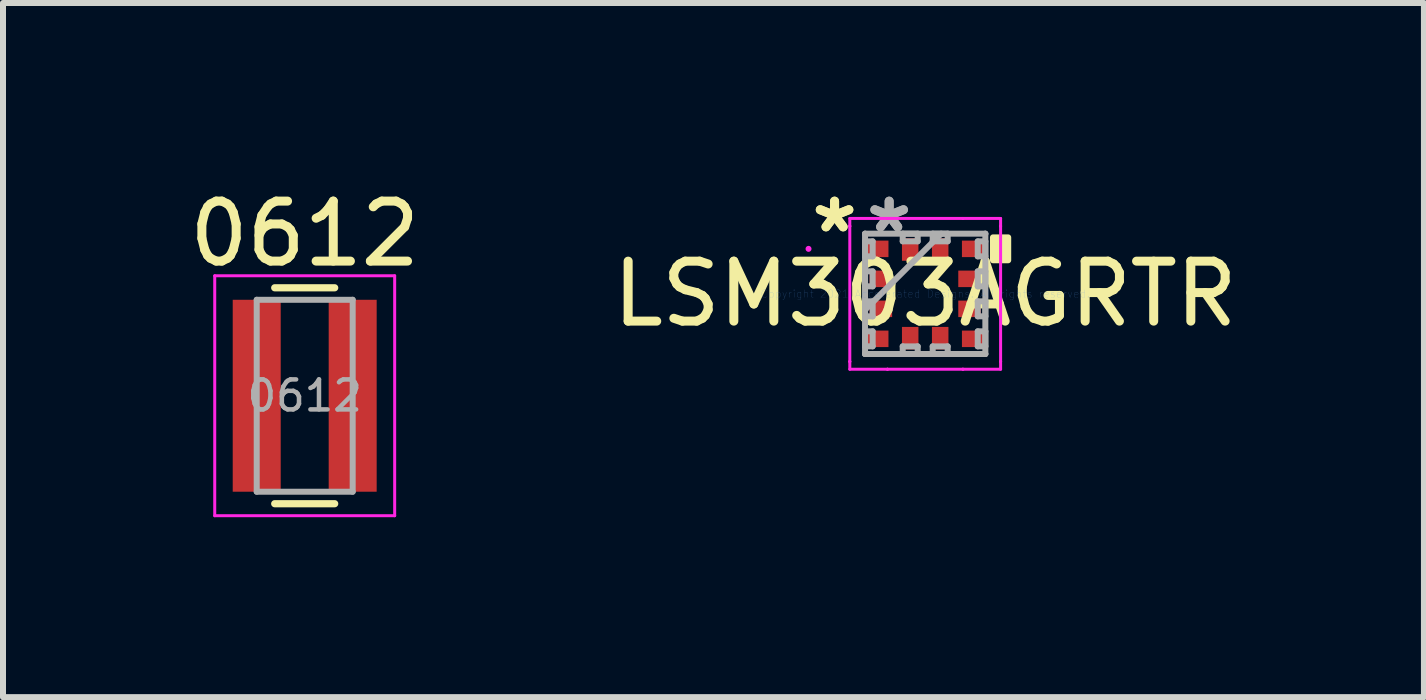
<source format=kicad_pcb>
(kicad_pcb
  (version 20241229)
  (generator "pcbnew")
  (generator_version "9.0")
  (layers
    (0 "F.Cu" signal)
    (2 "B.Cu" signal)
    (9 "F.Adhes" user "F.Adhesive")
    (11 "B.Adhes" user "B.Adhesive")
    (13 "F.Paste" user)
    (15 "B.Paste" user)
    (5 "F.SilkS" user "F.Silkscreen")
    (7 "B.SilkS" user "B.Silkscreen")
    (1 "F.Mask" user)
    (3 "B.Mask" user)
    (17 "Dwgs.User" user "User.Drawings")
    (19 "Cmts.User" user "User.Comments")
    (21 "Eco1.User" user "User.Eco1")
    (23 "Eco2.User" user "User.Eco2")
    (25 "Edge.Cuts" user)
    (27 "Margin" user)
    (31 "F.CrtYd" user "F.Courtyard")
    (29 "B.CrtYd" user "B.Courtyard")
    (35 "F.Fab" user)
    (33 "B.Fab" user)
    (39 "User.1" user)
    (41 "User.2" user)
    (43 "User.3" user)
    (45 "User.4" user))
  (footprint "LSM303AGRTR"
    (layer "F.Cu")
    (at 12.375 1.849)
    (property "Reference" "LSM303AGRTR" (at 0 0 0) (layer "F.SilkS") (effects (font (size 1 1) (thickness 0.15))))
    (attr through_hole)
    (fp_poly (pts (xy 1.384 -0.941) (xy 1.384 -0.56) (xy 1.13 -0.56) (xy 1.13 -0.941)) (stroke (width 0.1) (type solid)) (fill yes) (layer "F.SilkS"))
    (fp_line (start -1.257 -1.257) (end -0.629 -1.257) (stroke (width 0.05) (type solid)) (layer "F.CrtYd"))
    (fp_line (start -1.257 -1.129) (end -1.257 -1.257) (stroke (width 0.05) (type solid)) (layer "F.CrtYd"))
    (fp_line (start -1.257 -1.129) (end -1.257 -1.129) (stroke (width 0.05) (type solid)) (layer "F.CrtYd"))
    (fp_line (start -1.257 1.129) (end -1.257 -1.129) (stroke (width 0.05) (type solid)) (layer "F.CrtYd"))
    (fp_line (start -1.257 1.129) (end -1.257 1.129) (stroke (width 0.05) (type solid)) (layer "F.CrtYd"))
    (fp_line (start -1.257 1.257) (end -1.257 1.129) (stroke (width 0.05) (type solid)) (layer "F.CrtYd"))
    (fp_line (start -0.629 -1.257) (end -0.629 -1.257) (stroke (width 0.05) (type solid)) (layer "F.CrtYd"))
    (fp_line (start -0.629 -1.257) (end 0.629 -1.257) (stroke (width 0.05) (type solid)) (layer "F.CrtYd"))
    (fp_line (start -0.629 1.257) (end -1.257 1.257) (stroke (width 0.05) (type solid)) (layer "F.CrtYd"))
    (fp_line (start -0.629 1.257) (end -0.629 1.257) (stroke (width 0.05) (type solid)) (layer "F.CrtYd"))
    (fp_line (start 0.629 -1.257) (end 0.629 -1.257) (stroke (width 0.05) (type solid)) (layer "F.CrtYd"))
    (fp_line (start 0.629 -1.257) (end 1.257 -1.257) (stroke (width 0.05) (type solid)) (layer "F.CrtYd"))
    (fp_line (start 0.629 1.257) (end -0.629 1.257) (stroke (width 0.05) (type solid)) (layer "F.CrtYd"))
    (fp_line (start 0.629 1.257) (end 0.629 1.257) (stroke (width 0.05) (type solid)) (layer "F.CrtYd"))
    (fp_line (start 1.257 -1.257) (end 1.257 -1.129) (stroke (width 0.05) (type solid)) (layer "F.CrtYd"))
    (fp_line (start 1.257 -1.129) (end 1.257 -1.129) (stroke (width 0.05) (type solid)) (layer "F.CrtYd"))
    (fp_line (start 1.257 -1.129) (end 1.257 1.129) (stroke (width 0.05) (type solid)) (layer "F.CrtYd"))
    (fp_line (start 1.257 1.129) (end 1.257 1.129) (stroke (width 0.05) (type solid)) (layer "F.CrtYd"))
    (fp_line (start 1.257 1.129) (end 1.257 1.257) (stroke (width 0.05) (type solid)) (layer "F.CrtYd"))
    (fp_line (start 1.257 1.257) (end 0.629 1.257) (stroke (width 0.05) (type solid)) (layer "F.CrtYd"))
    (fp_circle (center -1.945 -0.75) (end -1.945 -0.75) (stroke (width 0.05) (type solid)) (fill no) (layer "F.CrtYd"))
    (fp_line (start -1.003 -1.003) (end -1.003 -1.003) (stroke (width 0.1) (type solid)) (layer "F.Fab"))
    (fp_line (start -1.003 -1.003) (end -1.003 1.003) (stroke (width 0.1) (type solid)) (layer "F.Fab"))
    (fp_line (start -1.003 -0.875) (end -0.876 -0.875) (stroke (width 0.1) (type solid)) (layer "F.Fab"))
    (fp_line (start -1.003 -0.625) (end -1.003 -0.875) (stroke (width 0.1) (type solid)) (layer "F.Fab"))
    (fp_line (start -1.003 -0.375) (end -0.876 -0.375) (stroke (width 0.1) (type solid)) (layer "F.Fab"))
    (fp_line (start -1.003 -0.125) (end -1.003 -0.375) (stroke (width 0.1) (type solid)) (layer "F.Fab"))
    (fp_line (start -1.003 0.125) (end -0.876 0.125) (stroke (width 0.1) (type solid)) (layer "F.Fab"))
    (fp_line (start -1.003 0.267) (end 0.267 -1.003) (stroke (width 0.1) (type solid)) (layer "F.Fab"))
    (fp_line (start -1.003 0.375) (end -1.003 0.125) (stroke (width 0.1) (type solid)) (layer "F.Fab"))
    (fp_line (start -1.003 0.625) (end -0.876 0.625) (stroke (width 0.1) (type solid)) (layer "F.Fab"))
    (fp_line (start -1.003 0.875) (end -1.003 0.625) (stroke (width 0.1) (type solid)) (layer "F.Fab"))
    (fp_line (start -1.003 1.003) (end -1.003 1.003) (stroke (width 0.1) (type solid)) (layer "F.Fab"))
    (fp_line (start -1.003 1.003) (end 1.003 1.003) (stroke (width 0.1) (type solid)) (layer "F.Fab"))
    (fp_line (start -0.876 -0.875) (end -0.876 -0.625) (stroke (width 0.1) (type solid)) (layer "F.Fab"))
    (fp_line (start -0.876 -0.625) (end -1.003 -0.625) (stroke (width 0.1) (type solid)) (layer "F.Fab"))
    (fp_line (start -0.876 -0.375) (end -0.876 -0.125) (stroke (width 0.1) (type solid)) (layer "F.Fab"))
    (fp_line (start -0.876 -0.125) (end -1.003 -0.125) (stroke (width 0.1) (type solid)) (layer "F.Fab"))
    (fp_line (start -0.876 0.125) (end -0.876 0.375) (stroke (width 0.1) (type solid)) (layer "F.Fab"))
    (fp_line (start -0.876 0.375) (end -1.003 0.375) (stroke (width 0.1) (type solid)) (layer "F.Fab"))
    (fp_line (start -0.876 0.625) (end -0.876 0.875) (stroke (width 0.1) (type solid)) (layer "F.Fab"))
    (fp_line (start -0.876 0.875) (end -1.003 0.875) (stroke (width 0.1) (type solid)) (layer "F.Fab"))
    (fp_line (start -0.375 -1.003) (end -0.125 -1.003) (stroke (width 0.1) (type solid)) (layer "F.Fab"))
    (fp_line (start -0.375 -0.876) (end -0.375 -1.003) (stroke (width 0.1) (type solid)) (layer "F.Fab"))
    (fp_line (start -0.375 0.876) (end -0.125 0.876) (stroke (width 0.1) (type solid)) (layer "F.Fab"))
    (fp_line (start -0.375 1.003) (end -0.375 0.876) (stroke (width 0.1) (type solid)) (layer "F.Fab"))
    (fp_line (start -0.125 -1.003) (end -0.125 -0.876) (stroke (width 0.1) (type solid)) (layer "F.Fab"))
    (fp_line (start -0.125 -0.876) (end -0.375 -0.876) (stroke (width 0.1) (type solid)) (layer "F.Fab"))
    (fp_line (start -0.125 0.876) (end -0.125 1.003) (stroke (width 0.1) (type solid)) (layer "F.Fab"))
    (fp_line (start -0.125 1.003) (end -0.375 1.003) (stroke (width 0.1) (type solid)) (layer "F.Fab"))
    (fp_line (start 0.125 -1.003) (end 0.375 -1.003) (stroke (width 0.1) (type solid)) (layer "F.Fab"))
    (fp_line (start 0.125 -0.876) (end 0.125 -1.003) (stroke (width 0.1) (type solid)) (layer "F.Fab"))
    (fp_line (start 0.125 0.876) (end 0.375 0.876) (stroke (width 0.1) (type solid)) (layer "F.Fab"))
    (fp_line (start 0.125 1.003) (end 0.125 0.876) (stroke (width 0.1) (type solid)) (layer "F.Fab"))
    (fp_line (start 0.375 -1.003) (end 0.375 -0.876) (stroke (width 0.1) (type solid)) (layer "F.Fab"))
    (fp_line (start 0.375 -0.876) (end 0.125 -0.876) (stroke (width 0.1) (type solid)) (layer "F.Fab"))
    (fp_line (start 0.375 0.876) (end 0.375 1.003) (stroke (width 0.1) (type solid)) (layer "F.Fab"))
    (fp_line (start 0.375 1.003) (end 0.125 1.003) (stroke (width 0.1) (type solid)) (layer "F.Fab"))
    (fp_line (start 0.876 -0.875) (end 1.003 -0.875) (stroke (width 0.1) (type solid)) (layer "F.Fab"))
    (fp_line (start 0.876 -0.625) (end 0.876 -0.875) (stroke (width 0.1) (type solid)) (layer "F.Fab"))
    (fp_line (start 0.876 -0.375) (end 1.003 -0.375) (stroke (width 0.1) (type solid)) (layer "F.Fab"))
    (fp_line (start 0.876 -0.125) (end 0.876 -0.375) (stroke (width 0.1) (type solid)) (layer "F.Fab"))
    (fp_line (start 0.876 0.125) (end 1.003 0.125) (stroke (width 0.1) (type solid)) (layer "F.Fab"))
    (fp_line (start 0.876 0.375) (end 0.876 0.125) (stroke (width 0.1) (type solid)) (layer "F.Fab"))
    (fp_line (start 0.876 0.625) (end 1.003 0.625) (stroke (width 0.1) (type solid)) (layer "F.Fab"))
    (fp_line (start 0.876 0.875) (end 0.876 0.625) (stroke (width 0.1) (type solid)) (layer "F.Fab"))
    (fp_line (start 1.003 -1.003) (end -1.003 -1.003) (stroke (width 0.1) (type solid)) (layer "F.Fab"))
    (fp_line (start 1.003 -1.003) (end 1.003 -1.003) (stroke (width 0.1) (type solid)) (layer "F.Fab"))
    (fp_line (start 1.003 -0.875) (end 1.003 -0.625) (stroke (width 0.1) (type solid)) (layer "F.Fab"))
    (fp_line (start 1.003 -0.625) (end 0.876 -0.625) (stroke (width 0.1) (type solid)) (layer "F.Fab"))
    (fp_line (start 1.003 -0.375) (end 1.003 -0.125) (stroke (width 0.1) (type solid)) (layer "F.Fab"))
    (fp_line (start 1.003 -0.125) (end 0.876 -0.125) (stroke (width 0.1) (type solid)) (layer "F.Fab"))
    (fp_line (start 1.003 0.125) (end 1.003 0.375) (stroke (width 0.1) (type solid)) (layer "F.Fab"))
    (fp_line (start 1.003 0.375) (end 0.876 0.375) (stroke (width 0.1) (type solid)) (layer "F.Fab"))
    (fp_line (start 1.003 0.625) (end 1.003 0.875) (stroke (width 0.1) (type solid)) (layer "F.Fab"))
    (fp_line (start 1.003 0.875) (end 0.876 0.875) (stroke (width 0.1) (type solid)) (layer "F.Fab"))
    (fp_line (start 1.003 1.003) (end 1.003 -1.003) (stroke (width 0.1) (type solid)) (layer "F.Fab"))
    (fp_line (start 1.003 1.003) (end 1.003 1.003) (stroke (width 0.1) (type solid)) (layer "F.Fab"))
    (fp_text user "*" (at -1.511 -1 0) (layer "F.SilkS") (effects (font (size 1 1) (thickness 0.15))))
    (fp_text user "*" (at -1.511 -1 0) (layer "F.SilkS") (effects (font (size 1 1) (thickness 0.15))))
    (fp_text user "Copyright 2021 Accelerated Designs. All rights reserved." (at 0 0 0) (layer "Cmts.User") (effects (font (size 0.127 0.127) (thickness 0.002))))
    (fp_text user "*" (at -0.601 -1 0) (layer "F.Fab") (effects (font (size 1 1) (thickness 0.15))))
    (fp_text user "*" (at -0.601 -1 0) (layer "F.Fab") (effects (font (size 1 1) (thickness 0.15))))
    (pad "1" smd rect (at -0.8 -0.75 90) (size 0.275 0.375) (layers "F.Cu" "F.Mask" "F.Paste"))
    (pad "2" smd rect (at -0.739 -0.25 90) (size 0.275 0.375) (layers "F.Cu" "F.Mask" "F.Paste"))
    (pad "3" smd rect (at -0.739 0.25 90) (size 0.275 0.375) (layers "F.Cu" "F.Mask" "F.Paste"))
    (pad "4" smd rect (at -0.8 0.75 90) (size 0.275 0.375) (layers "F.Cu" "F.Mask" "F.Paste"))
    (pad "5" smd rect (at -0.25 0.739) (size 0.275 0.375) (layers "F.Cu" "F.Mask" "F.Paste"))
    (pad "6" smd rect (at 0.25 0.739) (size 0.275 0.375) (layers "F.Cu" "F.Mask" "F.Paste"))
    (pad "7" smd rect (at 0.8 0.75 90) (size 0.275 0.375) (layers "F.Cu" "F.Mask" "F.Paste"))
    (pad "8" smd rect (at 0.739 0.25 90) (size 0.275 0.375) (layers "F.Cu" "F.Mask" "F.Paste"))
    (pad "9" smd rect (at 0.739 -0.25 90) (size 0.275 0.375) (layers "F.Cu" "F.Mask" "F.Paste"))
    (pad "10" smd rect (at 0.8 -0.75 90) (size 0.275 0.375) (layers "F.Cu" "F.Mask" "F.Paste"))
    (pad "11" smd rect (at 0.25 -0.739) (size 0.275 0.375) (layers "F.Cu" "F.Mask" "F.Paste"))
    (pad "12" smd rect (at -0.25 -0.739) (size 0.275 0.375) (layers "F.Cu" "F.Mask" "F.Paste")))
  (footprint "0612"
    (layer "F.Cu")
    (at 2.03 3.548)
    (property "Reference" "0612" (at 0 -2.7 0) (layer "F.SilkS") (effects (font (size 1 1) (thickness 0.15))))
    (attr smd)
    (fp_line (start -0.5 -1.8) (end 0.5 -1.8) (stroke (width 0.12) (type solid)) (layer "F.SilkS"))
    (fp_line (start 0.5 1.8) (end -0.5 1.8) (stroke (width 0.12) (type solid)) (layer "F.SilkS"))
    (fp_line (start -1.5 -2) (end -1.5 2) (stroke (width 0.05) (type solid)) (layer "F.CrtYd"))
    (fp_line (start -1.5 -2) (end 1.5 -2) (stroke (width 0.05) (type solid)) (layer "F.CrtYd"))
    (fp_line (start -1.5 2) (end 1.5 2) (stroke (width 0.05) (type solid)) (layer "F.CrtYd"))
    (fp_line (start 1.5 -2) (end 1.5 2) (stroke (width 0.05) (type solid)) (layer "F.CrtYd"))
    (fp_line (start -0.8 -1.6) (end 0.8 -1.6) (stroke (width 0.1) (type solid)) (layer "F.Fab"))
    (fp_line (start -0.8 1.6) (end -0.8 -1.6) (stroke (width 0.1) (type solid)) (layer "F.Fab"))
    (fp_line (start 0.8 -1.6) (end 0.8 1.6) (stroke (width 0.1) (type solid)) (layer "F.Fab"))
    (fp_line (start 0.8 1.6) (end -0.8 1.6) (stroke (width 0.1) (type solid)) (layer "F.Fab"))
    (fp_text user "${REFERENCE}" (at 0 0 0) (layer "F.Fab") (effects (font (size 0.5 0.5) (thickness 0.075))))
    (pad "1" smd rect (at -0.8 0) (size 0.8 3.2) (layers "F.Cu" "F.Mask" "F.Paste"))
    (pad "2" smd rect (at 0.8 0) (size 0.8 3.2) (layers "F.Cu" "F.Mask" "F.Paste")))
  (gr_rect
    (start -3 -3)
    (end 20.69 8.573)
    (stroke (width 0.1) (type default))
    (fill no)
    (layer "Edge.Cuts")))
</source>
